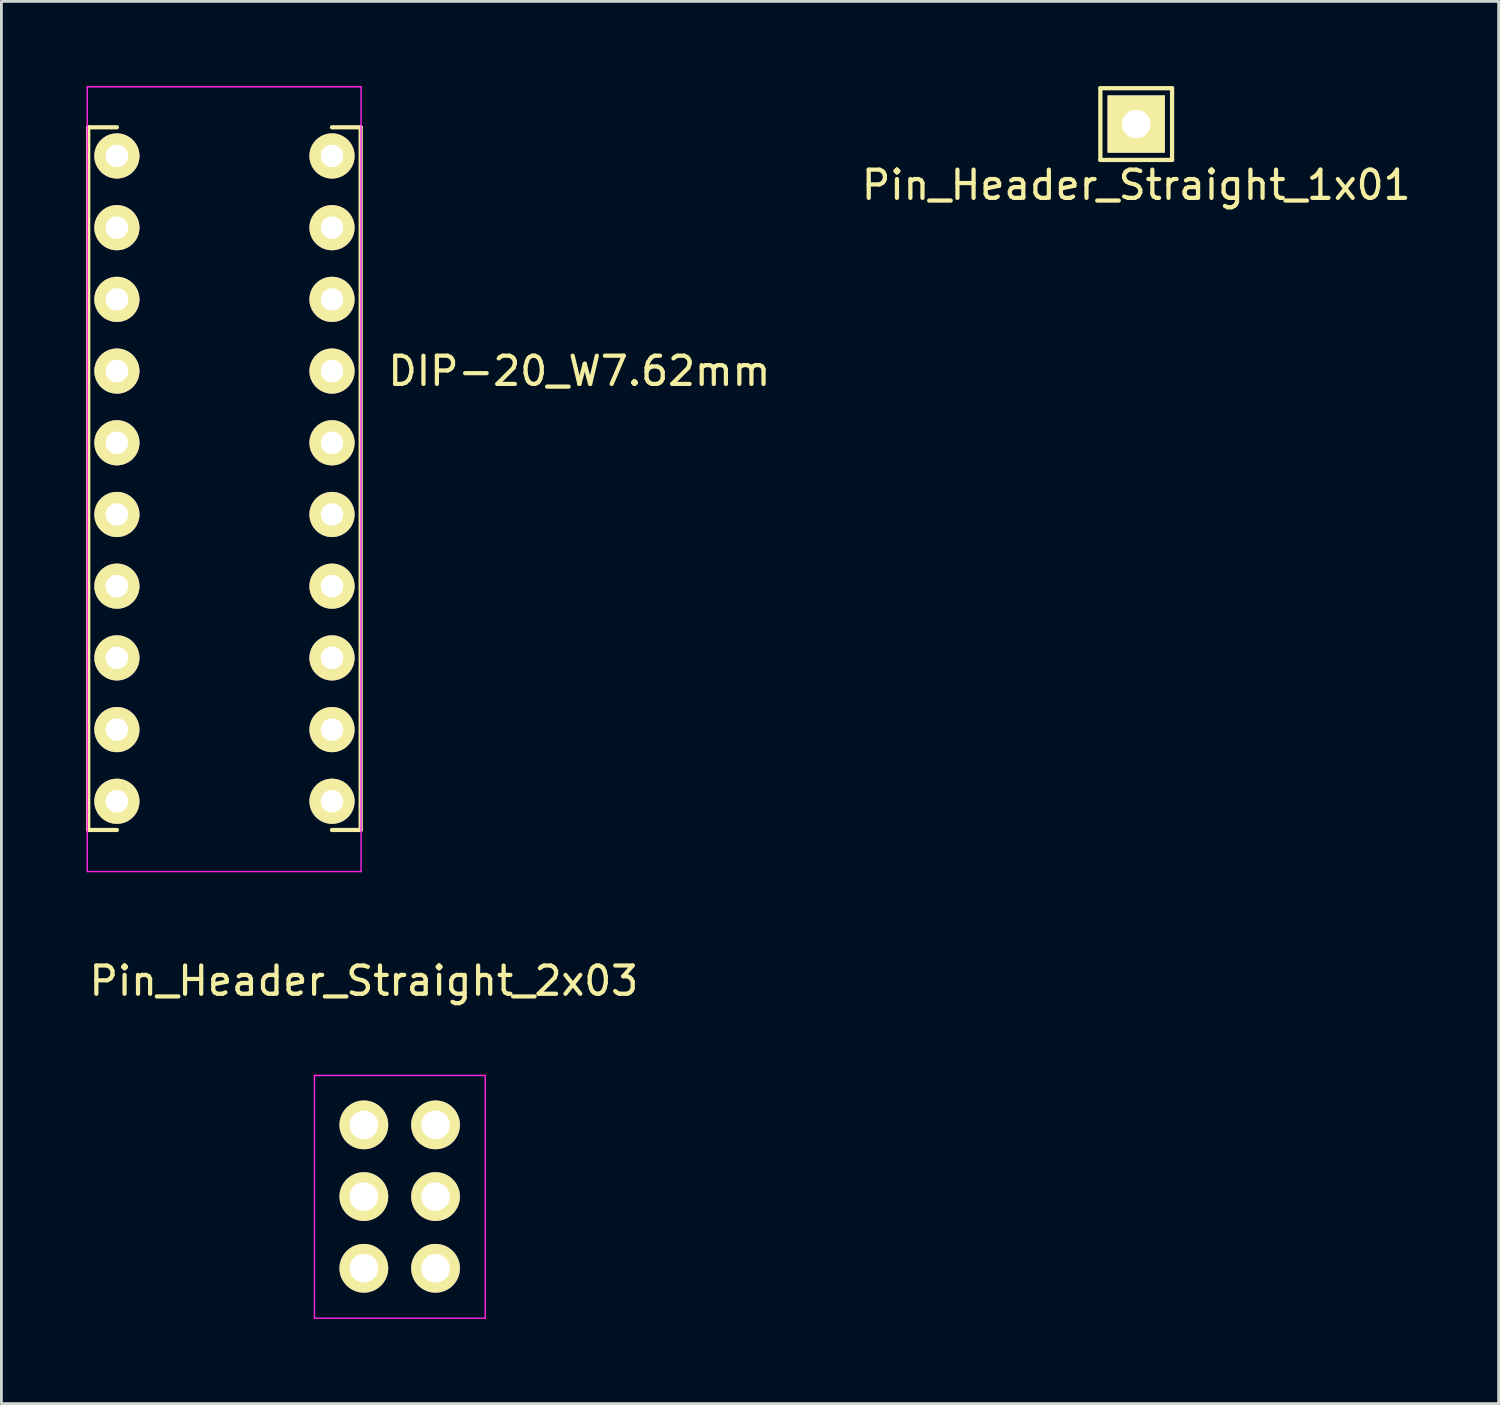
<source format=kicad_pcb>
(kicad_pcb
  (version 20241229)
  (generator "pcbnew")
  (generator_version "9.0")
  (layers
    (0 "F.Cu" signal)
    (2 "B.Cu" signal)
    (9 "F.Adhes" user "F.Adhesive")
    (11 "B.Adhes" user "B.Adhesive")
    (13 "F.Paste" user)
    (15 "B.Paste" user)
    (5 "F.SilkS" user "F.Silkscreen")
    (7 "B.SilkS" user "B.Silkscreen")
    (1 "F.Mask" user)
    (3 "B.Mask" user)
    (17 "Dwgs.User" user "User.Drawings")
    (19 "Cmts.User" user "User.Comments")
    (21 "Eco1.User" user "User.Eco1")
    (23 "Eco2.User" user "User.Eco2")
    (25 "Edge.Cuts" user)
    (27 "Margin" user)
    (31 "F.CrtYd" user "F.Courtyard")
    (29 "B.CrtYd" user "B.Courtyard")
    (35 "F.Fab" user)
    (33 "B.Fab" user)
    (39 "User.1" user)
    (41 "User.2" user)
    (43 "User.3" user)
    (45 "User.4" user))
  (footprint "DIP-20_W7.62mm"
    (layer "F.Cu")
    (at 1.091 2.475)
    (property "Reference" "DIP-20_W7.62mm" (at 16.383 7.62 0) (layer "F.SilkS") (effects (font (size 1 1) (thickness 0.15))))
    (attr through_hole)
    (fp_line (start -1.016 23.876) (end -1.016 -1.016) (stroke (width 0.15) (type solid)) (layer "F.SilkS"))
    (fp_line (start 0 -1.016) (end -1.016 -1.016) (stroke (width 0.15) (type solid)) (layer "F.SilkS"))
    (fp_line (start 0 23.876) (end -1.016 23.876) (stroke (width 0.15) (type solid)) (layer "F.SilkS"))
    (fp_line (start 7.62 -1.016) (end 8.636 -1.016) (stroke (width 0.15) (type solid)) (layer "F.SilkS"))
    (fp_line (start 8.636 -1.016) (end 8.636 23.876) (stroke (width 0.15) (type solid)) (layer "F.SilkS"))
    (fp_line (start 8.636 23.876) (end 7.62 23.876) (stroke (width 0.15) (type solid)) (layer "F.SilkS"))
    (fp_line (start -1.05 -2.45) (end -1.05 25.35) (stroke (width 0.05) (type solid)) (layer "F.CrtYd"))
    (fp_line (start -1.05 -2.45) (end 8.65 -2.45) (stroke (width 0.05) (type solid)) (layer "F.CrtYd"))
    (fp_line (start -1.05 25.35) (end 8.65 25.35) (stroke (width 0.05) (type solid)) (layer "F.CrtYd"))
    (fp_line (start 8.65 -2.45) (end 8.65 25.35) (stroke (width 0.05) (type solid)) (layer "F.CrtYd"))
    (pad "1" thru_hole oval (at 0 0) (size 1.6 1.6) (drill 0.8) (layers "*.Cu" "*.Mask" "F.SilkS"))
    (pad "2" thru_hole oval (at 0 2.54) (size 1.6 1.6) (drill 0.8) (layers "*.Cu" "*.Mask" "F.SilkS"))
    (pad "3" thru_hole oval (at 0 5.08) (size 1.6 1.6) (drill 0.8) (layers "*.Cu" "*.Mask" "F.SilkS"))
    (pad "4" thru_hole oval (at 0 7.62) (size 1.6 1.6) (drill 0.8) (layers "*.Cu" "*.Mask" "F.SilkS"))
    (pad "5" thru_hole oval (at 0 10.16) (size 1.6 1.6) (drill 0.8) (layers "*.Cu" "*.Mask" "F.SilkS"))
    (pad "6" thru_hole oval (at 0 12.7) (size 1.6 1.6) (drill 0.8) (layers "*.Cu" "*.Mask" "F.SilkS"))
    (pad "7" thru_hole oval (at 0 15.24) (size 1.6 1.6) (drill 0.8) (layers "*.Cu" "*.Mask" "F.SilkS"))
    (pad "8" thru_hole oval (at 0 17.78) (size 1.6 1.6) (drill 0.8) (layers "*.Cu" "*.Mask" "F.SilkS"))
    (pad "9" thru_hole oval (at 0 20.32) (size 1.6 1.6) (drill 0.8) (layers "*.Cu" "*.Mask" "F.SilkS"))
    (pad "10" thru_hole oval (at 0 22.86) (size 1.6 1.6) (drill 0.8) (layers "*.Cu" "*.Mask" "F.SilkS"))
    (pad "11" thru_hole oval (at 7.62 22.86) (size 1.6 1.6) (drill 0.8) (layers "*.Cu" "*.Mask" "F.SilkS"))
    (pad "12" thru_hole oval (at 7.62 20.32) (size 1.6 1.6) (drill 0.8) (layers "*.Cu" "*.Mask" "F.SilkS"))
    (pad "13" thru_hole oval (at 7.62 17.78) (size 1.6 1.6) (drill 0.8) (layers "*.Cu" "*.Mask" "F.SilkS"))
    (pad "14" thru_hole oval (at 7.62 15.24) (size 1.6 1.6) (drill 0.8) (layers "*.Cu" "*.Mask" "F.SilkS"))
    (pad "15" thru_hole oval (at 7.62 12.7) (size 1.6 1.6) (drill 0.8) (layers "*.Cu" "*.Mask" "F.SilkS"))
    (pad "16" thru_hole oval (at 7.62 10.16) (size 1.6 1.6) (drill 0.8) (layers "*.Cu" "*.Mask" "F.SilkS"))
    (pad "17" thru_hole oval (at 7.62 7.62) (size 1.6 1.6) (drill 0.8) (layers "*.Cu" "*.Mask" "F.SilkS"))
    (pad "18" thru_hole oval (at 7.62 5.08) (size 1.6 1.6) (drill 0.8) (layers "*.Cu" "*.Mask" "F.SilkS"))
    (pad "19" thru_hole oval (at 7.62 2.54) (size 1.6 1.6) (drill 0.8) (layers "*.Cu" "*.Mask" "F.SilkS"))
    (pad "20" thru_hole oval (at 7.62 0) (size 1.6 1.6) (drill 0.8) (layers "*.Cu" "*.Mask" "F.SilkS")))
  (footprint "Pin_Header_Straight_1x01"
    (layer "F.Cu")
    (at 37.2 1.345)
    (property "Reference" "Pin_Header_Straight_1x01" (at 0 2.159 180) (layer "F.SilkS") (effects (font (size 1 1) (thickness 0.15))))
    (attr through_hole)
    (fp_line (start -1.27 -1.27) (end 1.27 -1.27) (stroke (width 0.15) (type solid)) (layer "F.SilkS"))
    (fp_line (start -1.27 1.27) (end -1.27 -1.27) (stroke (width 0.15) (type solid)) (layer "F.SilkS"))
    (fp_line (start -1.27 1.27) (end 1.27 1.27) (stroke (width 0.15) (type solid)) (layer "F.SilkS"))
    (fp_line (start 1.27 -1.27) (end 1.27 1.27) (stroke (width 0.15) (type solid)) (layer "F.SilkS"))
    (pad "1" thru_hole rect (at 0 0) (size 2.032 2.032) (drill 1.016) (layers "*.Cu" "*.Mask" "F.SilkS")))
  (footprint "Pin_Header_Straight_2x03"
    (layer "F.Cu")
    (at 9.839 36.798)
    (property "Reference" "Pin_Header_Straight_2x03" (at 0 -5.1 0) (layer "F.SilkS") (effects (font (size 1 1) (thickness 0.15))))
    (attr through_hole)
    (fp_line (start -1.75 -1.75) (end -1.75 6.85) (stroke (width 0.05) (type solid)) (layer "F.CrtYd"))
    (fp_line (start -1.75 -1.75) (end 4.3 -1.75) (stroke (width 0.05) (type solid)) (layer "F.CrtYd"))
    (fp_line (start -1.75 6.85) (end 4.3 6.85) (stroke (width 0.05) (type solid)) (layer "F.CrtYd"))
    (fp_line (start 4.3 -1.75) (end 4.3 6.85) (stroke (width 0.05) (type solid)) (layer "F.CrtYd"))
    (pad "1" thru_hole circle (at 0 0) (size 1.727 1.727) (drill 1.016) (layers "*.Cu" "*.Mask" "F.SilkS"))
    (pad "2" thru_hole oval (at 2.54 0) (size 1.727 1.727) (drill 1.016) (layers "*.Cu" "*.Mask" "F.SilkS"))
    (pad "3" thru_hole oval (at 0 2.54) (size 1.727 1.727) (drill 1.016) (layers "*.Cu" "*.Mask" "F.SilkS"))
    (pad "4" thru_hole oval (at 2.54 2.54) (size 1.727 1.727) (drill 1.016) (layers "*.Cu" "*.Mask" "F.SilkS"))
    (pad "5" thru_hole oval (at 0 5.08) (size 1.727 1.727) (drill 1.016) (layers "*.Cu" "*.Mask" "F.SilkS"))
    (pad "6" thru_hole oval (at 2.54 5.08) (size 1.727 1.727) (drill 1.016) (layers "*.Cu" "*.Mask" "F.SilkS")))
  (gr_rect
    (start -3 -3)
    (end 50.039 46.673)
    (stroke (width 0.1) (type default))
    (fill no)
    (layer "Edge.Cuts")))
</source>
